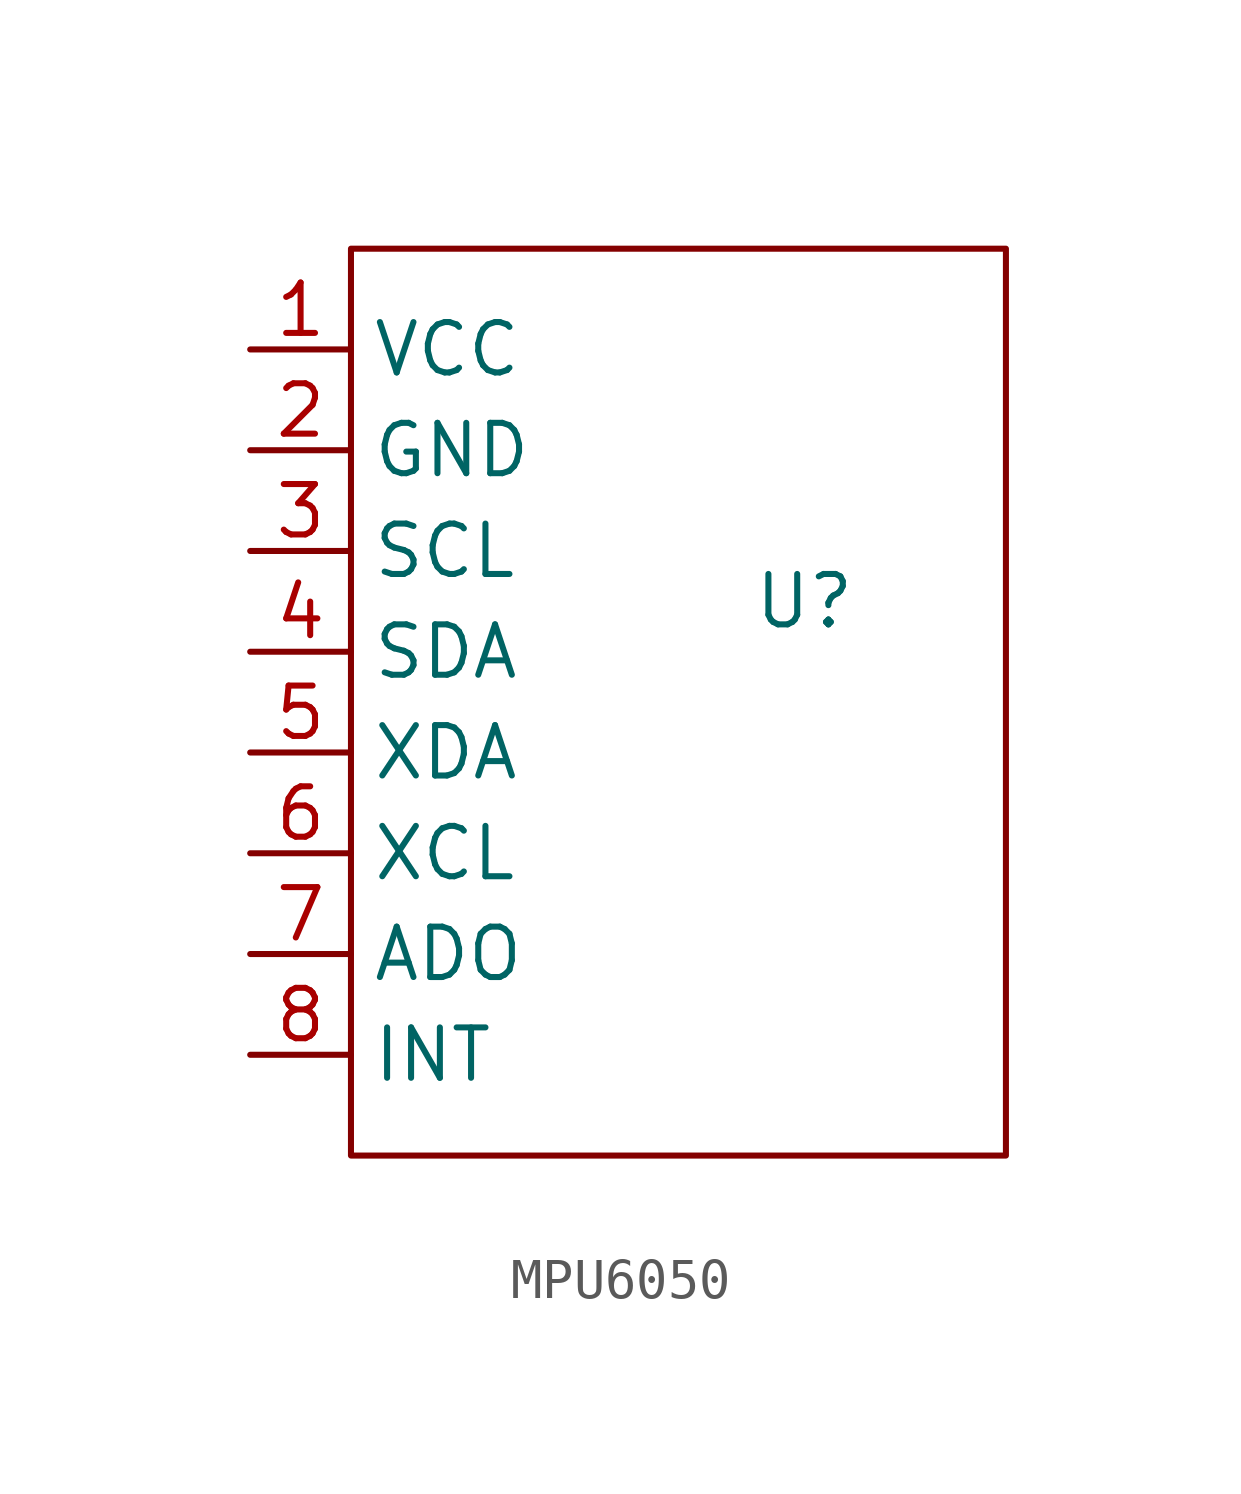
<source format=kicad_sym>
(kicad_symbol_lib
  (version 20220914)
  (generator kicad_symbol_editor)
  (symbol "MPU6050"
    (property "Reference" "U"
      (at -1.27 3.81 0)
      (effects (font (size 1.27 1.27))))
    (property "Value" ""
      (at 0 0 0)
      (effects (font (size 1.27 1.27))))
    (symbol "MPU6050_0_1"
      (rectangle (start -12.7 12.7) (end 3.81 -10.16) (stroke (width 0) (type default)) (fill (type none))))
    (symbol "MPU6050_1_1"
      (pin power_in line (at -15.24 10.16 0) (length 2.54) (name "VCC" (effects (font (size 1.27 1.27)))) (number "1" (effects (font (size 1.27 1.27)))))
      (pin power_in line (at -15.24 7.62 0) (length 2.54) (name "GND" (effects (font (size 1.27 1.27)))) (number "2" (effects (font (size 1.27 1.27)))))
      (pin input line (at -15.24 5.08 0) (length 2.54) (name "SCL" (effects (font (size 1.27 1.27)))) (number "3" (effects (font (size 1.27 1.27)))))
      (pin bidirectional line (at -15.24 2.54 0) (length 2.54) (name "SDA" (effects (font (size 1.27 1.27)))) (number "4" (effects (font (size 1.27 1.27)))))
      (pin bidirectional line (at -15.24 0 0) (length 2.54) (name "XDA" (effects (font (size 1.27 1.27)))) (number "5" (effects (font (size 1.27 1.27)))))
      (pin input line (at -15.24 -2.54 0) (length 2.54) (name "XCL" (effects (font (size 1.27 1.27)))) (number "6" (effects (font (size 1.27 1.27)))))
      (pin input line (at -15.24 -5.08 0) (length 2.54) (name "ADO" (effects (font (size 1.27 1.27)))) (number "7" (effects (font (size 1.27 1.27)))))
      (pin output line (at -15.24 -7.62 0) (length 2.54) (name "INT" (effects (font (size 1.27 1.27)))) (number "8" (effects (font (size 1.27 1.27))))))))
</source>
